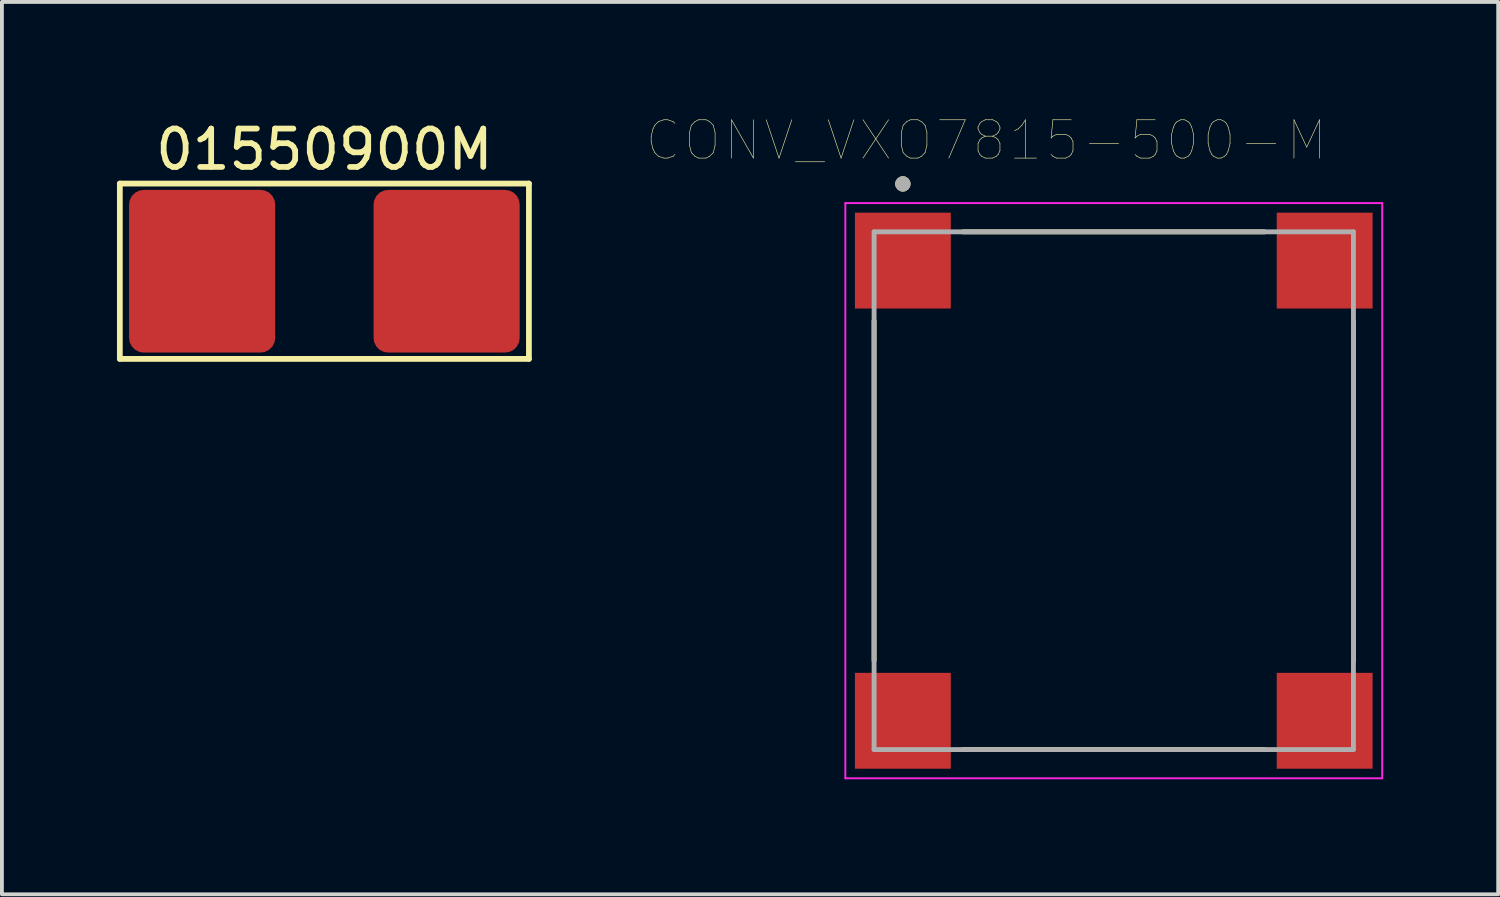
<source format=kicad_pcb>
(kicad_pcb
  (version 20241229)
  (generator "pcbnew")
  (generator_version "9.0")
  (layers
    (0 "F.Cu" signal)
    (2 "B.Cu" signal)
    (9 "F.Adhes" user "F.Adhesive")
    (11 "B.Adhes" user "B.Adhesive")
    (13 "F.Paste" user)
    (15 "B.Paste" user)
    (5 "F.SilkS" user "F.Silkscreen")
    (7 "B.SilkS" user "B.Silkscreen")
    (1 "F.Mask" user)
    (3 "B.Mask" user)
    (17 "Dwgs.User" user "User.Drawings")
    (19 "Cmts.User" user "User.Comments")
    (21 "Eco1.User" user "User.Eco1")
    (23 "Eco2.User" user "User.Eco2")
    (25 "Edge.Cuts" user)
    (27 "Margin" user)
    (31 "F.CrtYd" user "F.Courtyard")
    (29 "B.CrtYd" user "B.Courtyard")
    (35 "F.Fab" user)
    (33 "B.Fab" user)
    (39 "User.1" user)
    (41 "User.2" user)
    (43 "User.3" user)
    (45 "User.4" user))
  (footprint "CONV_VXO7815-500-M"
    (layer "F.Cu")
    (at 25.994 9.746)
    (property "Reference" "CONV_VXO7815-500-M" (at -3.325 -9.135 0) (layer "F.SilkS") (effects (font (size 1 1) (thickness 0.015))))
    (attr through_hole)
    (fp_line (start -6.25 4.43) (end -6.25 -4.43) (stroke (width 0.127) (type solid)) (layer "F.SilkS"))
    (fp_line (start -3.93 -6.75) (end 3.93 -6.75) (stroke (width 0.127) (type solid)) (layer "F.SilkS"))
    (fp_line (start 3.93 6.75) (end -3.93 6.75) (stroke (width 0.127) (type solid)) (layer "F.SilkS"))
    (fp_line (start 6.25 -4.43) (end 6.25 4.43) (stroke (width 0.127) (type solid)) (layer "F.SilkS"))
    (fp_circle (center -5.5 -8) (end -5.4 -8) (stroke (width 0.2) (type solid)) (fill no) (layer "F.SilkS"))
    (fp_line (start -7 -7.5) (end 7 -7.5) (stroke (width 0.05) (type solid)) (layer "F.CrtYd"))
    (fp_line (start -7 7.5) (end -7 -7.5) (stroke (width 0.05) (type solid)) (layer "F.CrtYd"))
    (fp_line (start 7 -7.5) (end 7 7.5) (stroke (width 0.05) (type solid)) (layer "F.CrtYd"))
    (fp_line (start 7 7.5) (end -7 7.5) (stroke (width 0.05) (type solid)) (layer "F.CrtYd"))
    (fp_line (start -6.25 -6.75) (end 6.25 -6.75) (stroke (width 0.127) (type solid)) (layer "F.Fab"))
    (fp_line (start -6.25 6.75) (end -6.25 -6.75) (stroke (width 0.127) (type solid)) (layer "F.Fab"))
    (fp_line (start 6.25 -6.75) (end 6.25 6.75) (stroke (width 0.127) (type solid)) (layer "F.Fab"))
    (fp_line (start 6.25 6.75) (end -6.25 6.75) (stroke (width 0.127) (type solid)) (layer "F.Fab"))
    (fp_circle (center -5.5 -8) (end -5.4 -8) (stroke (width 0.2) (type solid)) (fill no) (layer "F.Fab"))
    (pad "1" smd rect (at -5.5 -6) (size 2.5 2.5) (layers "F.Cu" "F.Mask" "F.Paste"))
    (pad "2" smd rect (at 5.5 -6) (size 2.5 2.5) (layers "F.Cu" "F.Mask" "F.Paste"))
    (pad "3" smd rect (at 5.5 6) (size 2.5 2.5) (layers "F.Cu" "F.Mask" "F.Paste"))
    (pad "4" smd rect (at -5.5 6) (size 2.5 2.5) (layers "F.Cu" "F.Mask" "F.Paste")))
  (footprint "01550900M"
    (layer "F.Cu")
    (at 5.409 4.023)
    (property "Reference" "01550900M" (at 0 -3.175 0) (layer "F.SilkS") (effects (font (size 1 1) (thickness 0.15))))
    (attr through_hole)
    (fp_line (start -5.334 -2.286) (end -5.334 2.286) (stroke (width 0.15) (type solid)) (layer "F.SilkS"))
    (fp_line (start -5.334 2.286) (end 5.334 2.286) (stroke (width 0.15) (type solid)) (layer "F.SilkS"))
    (fp_line (start 5.334 -2.286) (end -5.334 -2.286) (stroke (width 0.15) (type solid)) (layer "F.SilkS"))
    (fp_line (start 5.334 2.286) (end 5.334 -2.286) (stroke (width 0.15) (type solid)) (layer "F.SilkS"))
    (pad "1" smd roundrect (at -3.188 0) (size 3.81 4.242) (layers "F.Cu" "F.Mask" "F.Paste") (roundrect_rratio 0.1))
    (pad "2" smd roundrect (at 3.188 0) (size 3.81 4.242) (layers "F.Cu" "F.Mask" "F.Paste") (roundrect_rratio 0.1)))
  (gr_rect
    (start -3 -3)
    (end 36.019 20.271)
    (stroke (width 0.1) (type default))
    (fill no)
    (layer "Edge.Cuts")))
</source>
